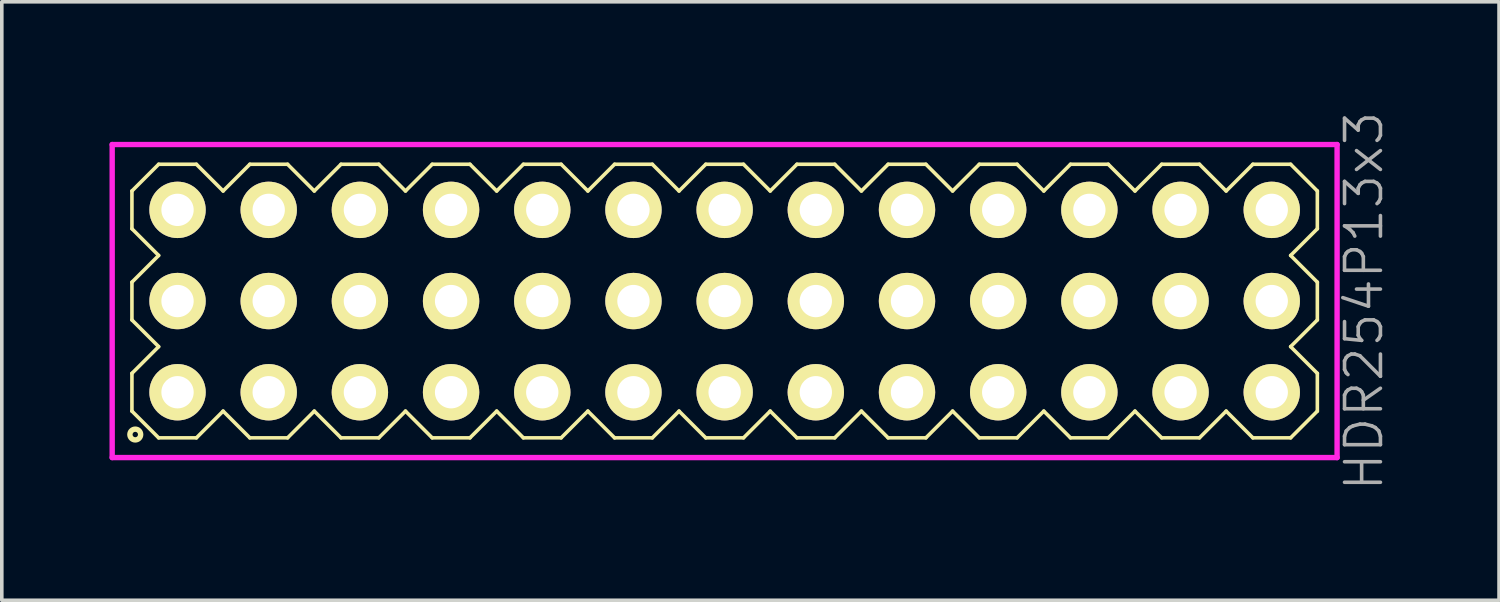
<source format=kicad_pcb>
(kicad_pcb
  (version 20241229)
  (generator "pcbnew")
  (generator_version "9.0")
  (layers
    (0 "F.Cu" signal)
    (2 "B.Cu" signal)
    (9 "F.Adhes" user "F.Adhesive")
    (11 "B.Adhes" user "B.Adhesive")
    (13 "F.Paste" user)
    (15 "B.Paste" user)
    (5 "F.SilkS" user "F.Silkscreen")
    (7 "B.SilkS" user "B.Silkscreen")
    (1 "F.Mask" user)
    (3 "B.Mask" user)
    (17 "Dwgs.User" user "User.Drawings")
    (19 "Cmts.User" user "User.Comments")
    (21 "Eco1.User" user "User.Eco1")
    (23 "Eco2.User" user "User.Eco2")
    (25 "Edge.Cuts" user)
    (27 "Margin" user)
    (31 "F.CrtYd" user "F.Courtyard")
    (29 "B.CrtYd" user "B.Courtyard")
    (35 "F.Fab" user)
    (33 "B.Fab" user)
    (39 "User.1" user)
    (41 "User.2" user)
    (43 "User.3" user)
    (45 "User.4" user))
  (footprint "HDR254P13x3"
    (layer "F.Cu")
    (at 17.135 5.336)
    (property "Reference" "HDR254P13x3" (at 17.81 0 90) (layer "F.Fab") (effects (font (size 1 1) (thickness 0.1))))
    (attr through_hole)
    (fp_line (start -16.51 -3.066) (end -15.766 -3.81) (stroke (width 0.1) (type solid)) (layer "F.SilkS"))
    (fp_line (start -16.51 -2.014) (end -16.51 -3.066) (stroke (width 0.1) (type solid)) (layer "F.SilkS"))
    (fp_line (start -16.51 -0.526) (end -15.766 -1.27) (stroke (width 0.1) (type solid)) (layer "F.SilkS"))
    (fp_line (start -16.51 0.526) (end -16.51 -0.526) (stroke (width 0.1) (type solid)) (layer "F.SilkS"))
    (fp_line (start -16.51 2.014) (end -15.766 1.27) (stroke (width 0.1) (type solid)) (layer "F.SilkS"))
    (fp_line (start -16.51 3.066) (end -16.51 2.014) (stroke (width 0.1) (type solid)) (layer "F.SilkS"))
    (fp_line (start -15.766 -3.81) (end -14.714 -3.81) (stroke (width 0.1) (type solid)) (layer "F.SilkS"))
    (fp_line (start -15.766 -1.27) (end -16.51 -2.014) (stroke (width 0.1) (type solid)) (layer "F.SilkS"))
    (fp_line (start -15.766 1.27) (end -16.51 0.526) (stroke (width 0.1) (type solid)) (layer "F.SilkS"))
    (fp_line (start -15.766 3.81) (end -16.51 3.066) (stroke (width 0.1) (type solid)) (layer "F.SilkS"))
    (fp_line (start -14.714 -3.81) (end -13.97 -3.066) (stroke (width 0.1) (type solid)) (layer "F.SilkS"))
    (fp_line (start -14.714 3.81) (end -15.766 3.81) (stroke (width 0.1) (type solid)) (layer "F.SilkS"))
    (fp_line (start -13.97 -3.066) (end -13.226 -3.81) (stroke (width 0.1) (type solid)) (layer "F.SilkS"))
    (fp_line (start -13.97 3.066) (end -14.714 3.81) (stroke (width 0.1) (type solid)) (layer "F.SilkS"))
    (fp_line (start -13.226 -3.81) (end -12.174 -3.81) (stroke (width 0.1) (type solid)) (layer "F.SilkS"))
    (fp_line (start -13.226 3.81) (end -13.97 3.066) (stroke (width 0.1) (type solid)) (layer "F.SilkS"))
    (fp_line (start -12.174 -3.81) (end -11.43 -3.066) (stroke (width 0.1) (type solid)) (layer "F.SilkS"))
    (fp_line (start -12.174 3.81) (end -13.226 3.81) (stroke (width 0.1) (type solid)) (layer "F.SilkS"))
    (fp_line (start -11.43 -3.066) (end -10.686 -3.81) (stroke (width 0.1) (type solid)) (layer "F.SilkS"))
    (fp_line (start -11.43 3.066) (end -12.174 3.81) (stroke (width 0.1) (type solid)) (layer "F.SilkS"))
    (fp_line (start -10.686 -3.81) (end -9.634 -3.81) (stroke (width 0.1) (type solid)) (layer "F.SilkS"))
    (fp_line (start -10.686 3.81) (end -11.43 3.066) (stroke (width 0.1) (type solid)) (layer "F.SilkS"))
    (fp_line (start -9.634 -3.81) (end -8.89 -3.066) (stroke (width 0.1) (type solid)) (layer "F.SilkS"))
    (fp_line (start -9.634 3.81) (end -10.686 3.81) (stroke (width 0.1) (type solid)) (layer "F.SilkS"))
    (fp_line (start -8.89 -3.066) (end -8.146 -3.81) (stroke (width 0.1) (type solid)) (layer "F.SilkS"))
    (fp_line (start -8.89 3.066) (end -9.634 3.81) (stroke (width 0.1) (type solid)) (layer "F.SilkS"))
    (fp_line (start -8.146 -3.81) (end -7.094 -3.81) (stroke (width 0.1) (type solid)) (layer "F.SilkS"))
    (fp_line (start -8.146 3.81) (end -8.89 3.066) (stroke (width 0.1) (type solid)) (layer "F.SilkS"))
    (fp_line (start -7.094 -3.81) (end -6.35 -3.066) (stroke (width 0.1) (type solid)) (layer "F.SilkS"))
    (fp_line (start -7.094 3.81) (end -8.146 3.81) (stroke (width 0.1) (type solid)) (layer "F.SilkS"))
    (fp_line (start -6.35 -3.066) (end -5.606 -3.81) (stroke (width 0.1) (type solid)) (layer "F.SilkS"))
    (fp_line (start -6.35 3.066) (end -7.094 3.81) (stroke (width 0.1) (type solid)) (layer "F.SilkS"))
    (fp_line (start -5.606 -3.81) (end -4.554 -3.81) (stroke (width 0.1) (type solid)) (layer "F.SilkS"))
    (fp_line (start -5.606 3.81) (end -6.35 3.066) (stroke (width 0.1) (type solid)) (layer "F.SilkS"))
    (fp_line (start -4.554 -3.81) (end -3.81 -3.066) (stroke (width 0.1) (type solid)) (layer "F.SilkS"))
    (fp_line (start -4.554 3.81) (end -5.606 3.81) (stroke (width 0.1) (type solid)) (layer "F.SilkS"))
    (fp_line (start -3.81 -3.066) (end -3.066 -3.81) (stroke (width 0.1) (type solid)) (layer "F.SilkS"))
    (fp_line (start -3.81 3.066) (end -4.554 3.81) (stroke (width 0.1) (type solid)) (layer "F.SilkS"))
    (fp_line (start -3.066 -3.81) (end -2.014 -3.81) (stroke (width 0.1) (type solid)) (layer "F.SilkS"))
    (fp_line (start -3.066 3.81) (end -3.81 3.066) (stroke (width 0.1) (type solid)) (layer "F.SilkS"))
    (fp_line (start -2.014 -3.81) (end -1.27 -3.066) (stroke (width 0.1) (type solid)) (layer "F.SilkS"))
    (fp_line (start -2.014 3.81) (end -3.066 3.81) (stroke (width 0.1) (type solid)) (layer "F.SilkS"))
    (fp_line (start -1.27 -3.066) (end -0.526 -3.81) (stroke (width 0.1) (type solid)) (layer "F.SilkS"))
    (fp_line (start -1.27 3.066) (end -2.014 3.81) (stroke (width 0.1) (type solid)) (layer "F.SilkS"))
    (fp_line (start -0.526 -3.81) (end 0.526 -3.81) (stroke (width 0.1) (type solid)) (layer "F.SilkS"))
    (fp_line (start -0.526 3.81) (end -1.27 3.066) (stroke (width 0.1) (type solid)) (layer "F.SilkS"))
    (fp_line (start 0.526 -3.81) (end 1.27 -3.066) (stroke (width 0.1) (type solid)) (layer "F.SilkS"))
    (fp_line (start 0.526 3.81) (end -0.526 3.81) (stroke (width 0.1) (type solid)) (layer "F.SilkS"))
    (fp_line (start 1.27 -3.066) (end 2.014 -3.81) (stroke (width 0.1) (type solid)) (layer "F.SilkS"))
    (fp_line (start 1.27 3.066) (end 0.526 3.81) (stroke (width 0.1) (type solid)) (layer "F.SilkS"))
    (fp_line (start 2.014 -3.81) (end 3.066 -3.81) (stroke (width 0.1) (type solid)) (layer "F.SilkS"))
    (fp_line (start 2.014 3.81) (end 1.27 3.066) (stroke (width 0.1) (type solid)) (layer "F.SilkS"))
    (fp_line (start 3.066 -3.81) (end 3.81 -3.066) (stroke (width 0.1) (type solid)) (layer "F.SilkS"))
    (fp_line (start 3.066 3.81) (end 2.014 3.81) (stroke (width 0.1) (type solid)) (layer "F.SilkS"))
    (fp_line (start 3.81 -3.066) (end 4.554 -3.81) (stroke (width 0.1) (type solid)) (layer "F.SilkS"))
    (fp_line (start 3.81 3.066) (end 3.066 3.81) (stroke (width 0.1) (type solid)) (layer "F.SilkS"))
    (fp_line (start 4.554 -3.81) (end 5.606 -3.81) (stroke (width 0.1) (type solid)) (layer "F.SilkS"))
    (fp_line (start 4.554 3.81) (end 3.81 3.066) (stroke (width 0.1) (type solid)) (layer "F.SilkS"))
    (fp_line (start 5.606 -3.81) (end 6.35 -3.066) (stroke (width 0.1) (type solid)) (layer "F.SilkS"))
    (fp_line (start 5.606 3.81) (end 4.554 3.81) (stroke (width 0.1) (type solid)) (layer "F.SilkS"))
    (fp_line (start 6.35 -3.066) (end 7.094 -3.81) (stroke (width 0.1) (type solid)) (layer "F.SilkS"))
    (fp_line (start 6.35 3.066) (end 5.606 3.81) (stroke (width 0.1) (type solid)) (layer "F.SilkS"))
    (fp_line (start 7.094 -3.81) (end 8.146 -3.81) (stroke (width 0.1) (type solid)) (layer "F.SilkS"))
    (fp_line (start 7.094 3.81) (end 6.35 3.066) (stroke (width 0.1) (type solid)) (layer "F.SilkS"))
    (fp_line (start 8.146 -3.81) (end 8.89 -3.066) (stroke (width 0.1) (type solid)) (layer "F.SilkS"))
    (fp_line (start 8.146 3.81) (end 7.094 3.81) (stroke (width 0.1) (type solid)) (layer "F.SilkS"))
    (fp_line (start 8.89 -3.066) (end 9.634 -3.81) (stroke (width 0.1) (type solid)) (layer "F.SilkS"))
    (fp_line (start 8.89 3.066) (end 8.146 3.81) (stroke (width 0.1) (type solid)) (layer "F.SilkS"))
    (fp_line (start 9.634 -3.81) (end 10.686 -3.81) (stroke (width 0.1) (type solid)) (layer "F.SilkS"))
    (fp_line (start 9.634 3.81) (end 8.89 3.066) (stroke (width 0.1) (type solid)) (layer "F.SilkS"))
    (fp_line (start 10.686 -3.81) (end 11.43 -3.066) (stroke (width 0.1) (type solid)) (layer "F.SilkS"))
    (fp_line (start 10.686 3.81) (end 9.634 3.81) (stroke (width 0.1) (type solid)) (layer "F.SilkS"))
    (fp_line (start 11.43 -3.066) (end 12.174 -3.81) (stroke (width 0.1) (type solid)) (layer "F.SilkS"))
    (fp_line (start 11.43 3.066) (end 10.686 3.81) (stroke (width 0.1) (type solid)) (layer "F.SilkS"))
    (fp_line (start 12.174 -3.81) (end 13.226 -3.81) (stroke (width 0.1) (type solid)) (layer "F.SilkS"))
    (fp_line (start 12.174 3.81) (end 11.43 3.066) (stroke (width 0.1) (type solid)) (layer "F.SilkS"))
    (fp_line (start 13.226 -3.81) (end 13.97 -3.066) (stroke (width 0.1) (type solid)) (layer "F.SilkS"))
    (fp_line (start 13.226 3.81) (end 12.174 3.81) (stroke (width 0.1) (type solid)) (layer "F.SilkS"))
    (fp_line (start 13.97 -3.066) (end 14.714 -3.81) (stroke (width 0.1) (type solid)) (layer "F.SilkS"))
    (fp_line (start 13.97 3.066) (end 13.226 3.81) (stroke (width 0.1) (type solid)) (layer "F.SilkS"))
    (fp_line (start 14.714 -3.81) (end 15.766 -3.81) (stroke (width 0.1) (type solid)) (layer "F.SilkS"))
    (fp_line (start 14.714 3.81) (end 13.97 3.066) (stroke (width 0.1) (type solid)) (layer "F.SilkS"))
    (fp_line (start 15.766 -3.81) (end 16.51 -3.066) (stroke (width 0.1) (type solid)) (layer "F.SilkS"))
    (fp_line (start 15.766 -1.27) (end 16.51 -0.526) (stroke (width 0.1) (type solid)) (layer "F.SilkS"))
    (fp_line (start 15.766 1.27) (end 16.51 2.014) (stroke (width 0.1) (type solid)) (layer "F.SilkS"))
    (fp_line (start 15.766 3.81) (end 14.714 3.81) (stroke (width 0.1) (type solid)) (layer "F.SilkS"))
    (fp_line (start 16.51 -3.066) (end 16.51 -2.014) (stroke (width 0.1) (type solid)) (layer "F.SilkS"))
    (fp_line (start 16.51 -2.014) (end 15.766 -1.27) (stroke (width 0.1) (type solid)) (layer "F.SilkS"))
    (fp_line (start 16.51 -0.526) (end 16.51 0.526) (stroke (width 0.1) (type solid)) (layer "F.SilkS"))
    (fp_line (start 16.51 0.526) (end 15.766 1.27) (stroke (width 0.1) (type solid)) (layer "F.SilkS"))
    (fp_line (start 16.51 2.014) (end 16.51 3.066) (stroke (width 0.1) (type solid)) (layer "F.SilkS"))
    (fp_line (start 16.51 3.066) (end 15.766 3.81) (stroke (width 0.1) (type solid)) (layer "F.SilkS"))
    (fp_circle (center -16.417 3.718) (end -16.267 3.718) (stroke (width 0.15) (type solid)) (fill no) (layer "F.SilkS"))
    (fp_line (start -17.06 -4.36) (end -17.06 4.36) (stroke (width 0.15) (type solid)) (layer "F.CrtYd"))
    (fp_line (start -17.06 4.36) (end 17.06 4.36) (stroke (width 0.15) (type solid)) (layer "F.CrtYd"))
    (fp_line (start 17.06 -4.36) (end -17.06 -4.36) (stroke (width 0.15) (type solid)) (layer "F.CrtYd"))
    (fp_line (start 17.06 4.36) (end 17.06 -4.36) (stroke (width 0.15) (type solid)) (layer "F.CrtYd"))
    (pad "1" thru_hole oval (at -15.24 2.54) (size 1.57 1.57) (drill 0.9) (layers "*.Cu" "*.Mask" "F.SilkS"))
    (pad "2" thru_hole oval (at -15.24 0) (size 1.57 1.57) (drill 0.9) (layers "*.Cu" "*.Mask" "F.SilkS"))
    (pad "3" thru_hole oval (at -15.24 -2.54) (size 1.57 1.57) (drill 0.9) (layers "*.Cu" "*.Mask" "F.SilkS"))
    (pad "4" thru_hole oval (at -12.7 2.54) (size 1.57 1.57) (drill 0.9) (layers "*.Cu" "*.Mask" "F.SilkS"))
    (pad "5" thru_hole oval (at -12.7 0) (size 1.57 1.57) (drill 0.9) (layers "*.Cu" "*.Mask" "F.SilkS"))
    (pad "6" thru_hole oval (at -12.7 -2.54) (size 1.57 1.57) (drill 0.9) (layers "*.Cu" "*.Mask" "F.SilkS"))
    (pad "7" thru_hole oval (at -10.16 2.54) (size 1.57 1.57) (drill 0.9) (layers "*.Cu" "*.Mask" "F.SilkS"))
    (pad "8" thru_hole oval (at -10.16 0) (size 1.57 1.57) (drill 0.9) (layers "*.Cu" "*.Mask" "F.SilkS"))
    (pad "9" thru_hole oval (at -10.16 -2.54) (size 1.57 1.57) (drill 0.9) (layers "*.Cu" "*.Mask" "F.SilkS"))
    (pad "10" thru_hole oval (at -7.62 2.54) (size 1.57 1.57) (drill 0.9) (layers "*.Cu" "*.Mask" "F.SilkS"))
    (pad "11" thru_hole oval (at -7.62 0) (size 1.57 1.57) (drill 0.9) (layers "*.Cu" "*.Mask" "F.SilkS"))
    (pad "12" thru_hole oval (at -7.62 -2.54) (size 1.57 1.57) (drill 0.9) (layers "*.Cu" "*.Mask" "F.SilkS"))
    (pad "13" thru_hole oval (at -5.08 2.54) (size 1.57 1.57) (drill 0.9) (layers "*.Cu" "*.Mask" "F.SilkS"))
    (pad "14" thru_hole oval (at -5.08 0) (size 1.57 1.57) (drill 0.9) (layers "*.Cu" "*.Mask" "F.SilkS"))
    (pad "15" thru_hole oval (at -5.08 -2.54) (size 1.57 1.57) (drill 0.9) (layers "*.Cu" "*.Mask" "F.SilkS"))
    (pad "16" thru_hole oval (at -2.54 2.54) (size 1.57 1.57) (drill 0.9) (layers "*.Cu" "*.Mask" "F.SilkS"))
    (pad "17" thru_hole oval (at -2.54 0) (size 1.57 1.57) (drill 0.9) (layers "*.Cu" "*.Mask" "F.SilkS"))
    (pad "18" thru_hole oval (at -2.54 -2.54) (size 1.57 1.57) (drill 0.9) (layers "*.Cu" "*.Mask" "F.SilkS"))
    (pad "19" thru_hole oval (at 0 2.54) (size 1.57 1.57) (drill 0.9) (layers "*.Cu" "*.Mask" "F.SilkS"))
    (pad "20" thru_hole oval (at 0 0) (size 1.57 1.57) (drill 0.9) (layers "*.Cu" "*.Mask" "F.SilkS"))
    (pad "21" thru_hole oval (at 0 -2.54) (size 1.57 1.57) (drill 0.9) (layers "*.Cu" "*.Mask" "F.SilkS"))
    (pad "22" thru_hole oval (at 2.54 2.54) (size 1.57 1.57) (drill 0.9) (layers "*.Cu" "*.Mask" "F.SilkS"))
    (pad "23" thru_hole oval (at 2.54 0) (size 1.57 1.57) (drill 0.9) (layers "*.Cu" "*.Mask" "F.SilkS"))
    (pad "24" thru_hole oval (at 2.54 -2.54) (size 1.57 1.57) (drill 0.9) (layers "*.Cu" "*.Mask" "F.SilkS"))
    (pad "25" thru_hole oval (at 5.08 2.54) (size 1.57 1.57) (drill 0.9) (layers "*.Cu" "*.Mask" "F.SilkS"))
    (pad "26" thru_hole oval (at 5.08 0) (size 1.57 1.57) (drill 0.9) (layers "*.Cu" "*.Mask" "F.SilkS"))
    (pad "27" thru_hole oval (at 5.08 -2.54) (size 1.57 1.57) (drill 0.9) (layers "*.Cu" "*.Mask" "F.SilkS"))
    (pad "28" thru_hole oval (at 7.62 2.54) (size 1.57 1.57) (drill 0.9) (layers "*.Cu" "*.Mask" "F.SilkS"))
    (pad "29" thru_hole oval (at 7.62 0) (size 1.57 1.57) (drill 0.9) (layers "*.Cu" "*.Mask" "F.SilkS"))
    (pad "30" thru_hole oval (at 7.62 -2.54) (size 1.57 1.57) (drill 0.9) (layers "*.Cu" "*.Mask" "F.SilkS"))
    (pad "31" thru_hole oval (at 10.16 2.54) (size 1.57 1.57) (drill 0.9) (layers "*.Cu" "*.Mask" "F.SilkS"))
    (pad "32" thru_hole oval (at 10.16 0) (size 1.57 1.57) (drill 0.9) (layers "*.Cu" "*.Mask" "F.SilkS"))
    (pad "33" thru_hole oval (at 10.16 -2.54) (size 1.57 1.57) (drill 0.9) (layers "*.Cu" "*.Mask" "F.SilkS"))
    (pad "34" thru_hole oval (at 12.7 2.54) (size 1.57 1.57) (drill 0.9) (layers "*.Cu" "*.Mask" "F.SilkS"))
    (pad "35" thru_hole oval (at 12.7 0) (size 1.57 1.57) (drill 0.9) (layers "*.Cu" "*.Mask" "F.SilkS"))
    (pad "36" thru_hole oval (at 12.7 -2.54) (size 1.57 1.57) (drill 0.9) (layers "*.Cu" "*.Mask" "F.SilkS"))
    (pad "37" thru_hole oval (at 15.24 2.54) (size 1.57 1.57) (drill 0.9) (layers "*.Cu" "*.Mask" "F.SilkS"))
    (pad "38" thru_hole oval (at 15.24 0) (size 1.57 1.57) (drill 0.9) (layers "*.Cu" "*.Mask" "F.SilkS"))
    (pad "39" thru_hole oval (at 15.24 -2.54) (size 1.57 1.57) (drill 0.9) (layers "*.Cu" "*.Mask" "F.SilkS")))
  (gr_rect
    (start -3 -3)
    (end 38.706 13.671)
    (stroke (width 0.1) (type default))
    (fill no)
    (layer "Edge.Cuts")))
</source>
